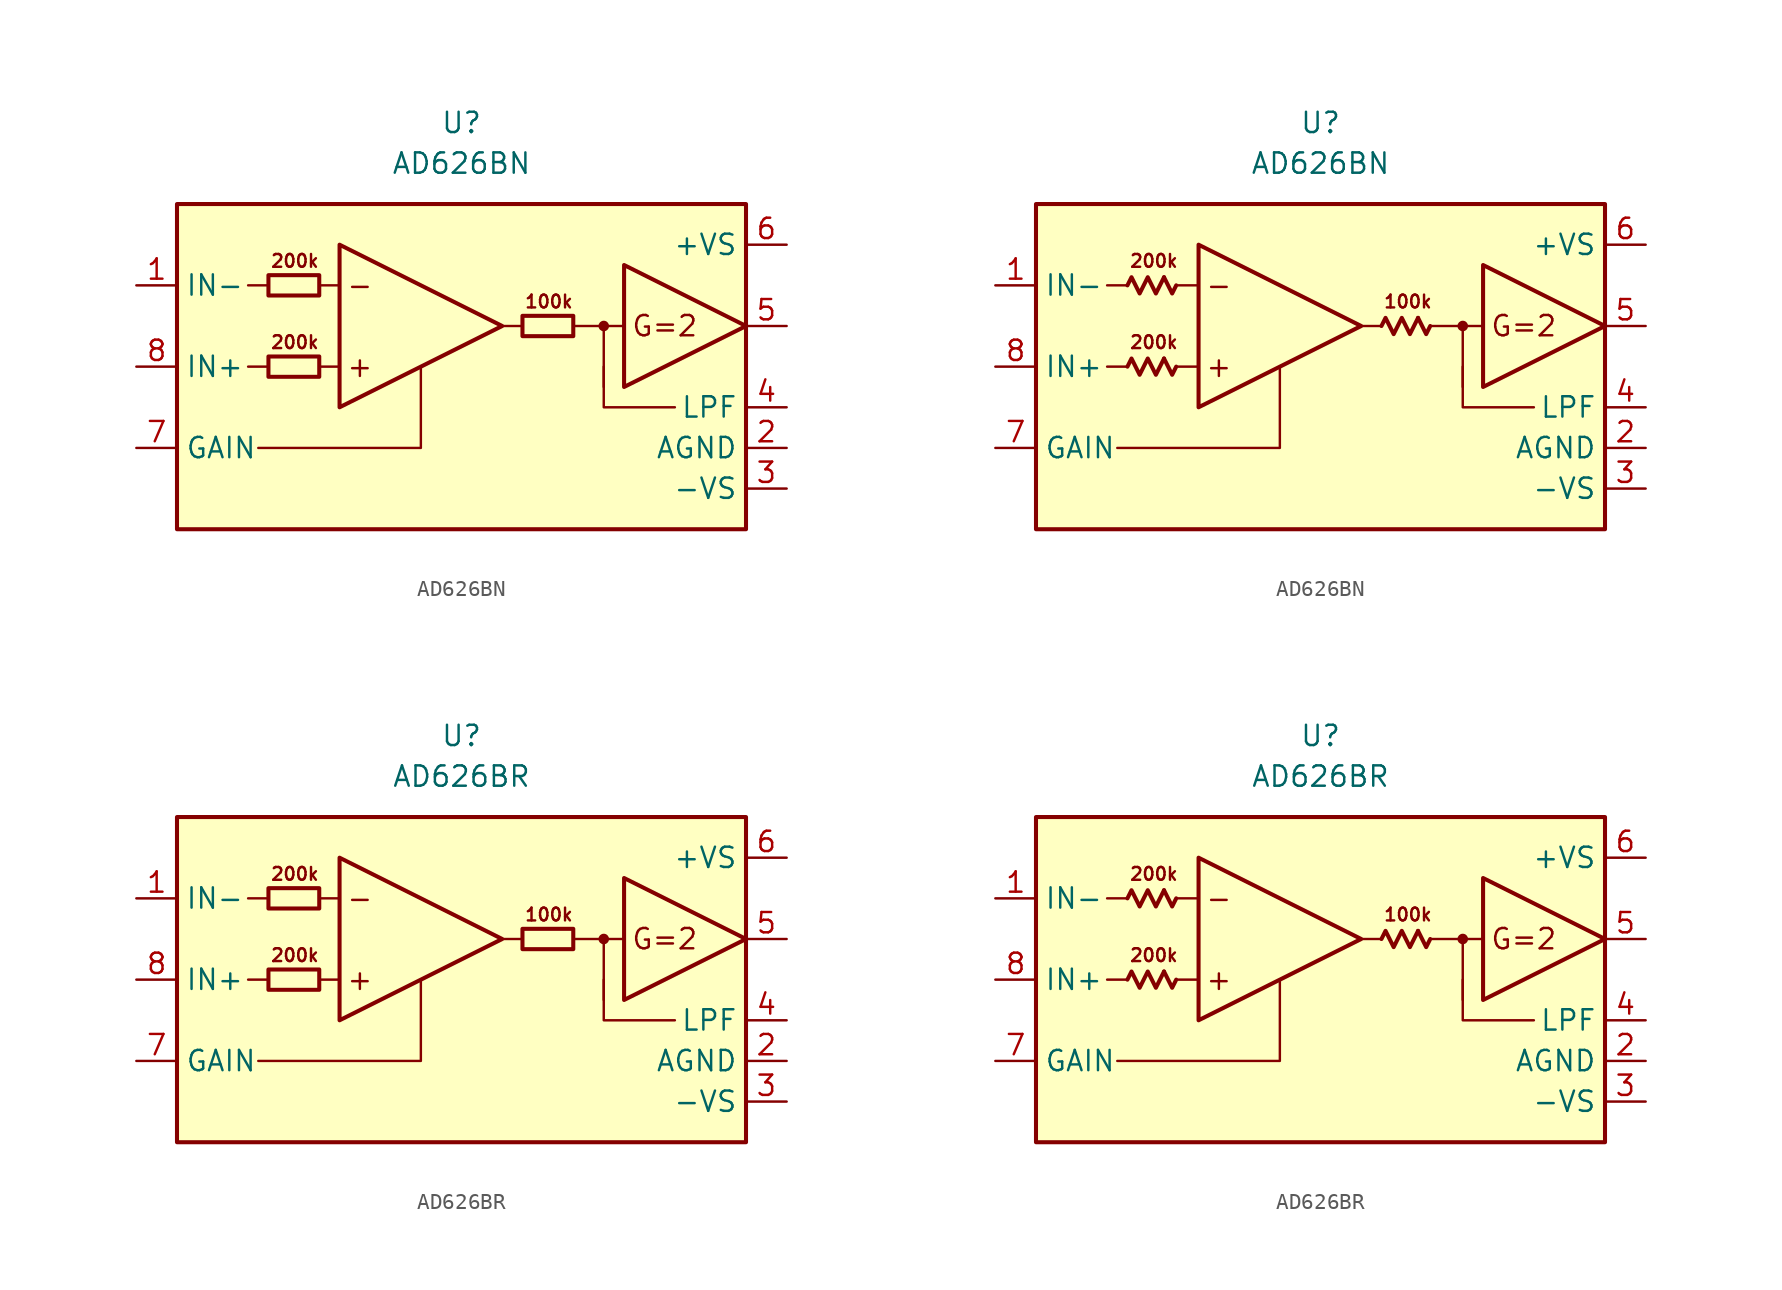
<source format=kicad_sym>
(kicad_symbol_lib
  (version 20231120)
  (generator "kicad_symbol_editor")
  (generator_version "8.0")
  (symbol "AD626BN"
    (property "Reference" "U"
      (at 0 15.24 0)
      (effects (font (size 1.27 1.27))))
    (property "Value" "AD626BN"
      (at 0 12.7 0)
      (effects (font (size 1.27 1.27))))
    (symbol "AD626BN_0_0"
      (rectangle (start -17.78 10.16) (end 17.78 -10.16) (stroke (width 0.254) (type default)) (fill (type background)))
      (polyline (pts (xy -12.065 0) (xy -13.335 0)) (stroke (width 0.152) (type default)) (fill (type none)))
      (polyline (pts (xy -12.065 5.08) (xy -13.335 5.08)) (stroke (width 0.152) (type default)) (fill (type none)))
      (polyline (pts (xy -7.62 0) (xy -8.89 0)) (stroke (width 0.152) (type default)) (fill (type none)))
      (polyline (pts (xy -7.62 5.08) (xy -8.89 5.08)) (stroke (width 0.152) (type default)) (fill (type none)))
      (polyline (pts (xy 3.81 2.54) (xy 2.54 2.54)) (stroke (width 0.152) (type default)) (fill (type none)))
      (polyline (pts (xy 8.89 2.54) (xy 8.89 -1.27)) (stroke (width 0.152) (type default)) (fill (type none)))
      (polyline (pts (xy 10.16 2.54) (xy 6.985 2.54)) (stroke (width 0.152) (type default)) (fill (type none)))
      (polyline (pts (xy -2.54 0) (xy -2.54 -5.08) (xy -12.7 -5.08)) (stroke (width 0.152) (type default)) (fill (type none)))
      (polyline (pts (xy 8.89 0) (xy 8.89 -2.54) (xy 13.335 -2.54)) (stroke (width 0.152) (type default)) (fill (type none)))
      (polyline (pts (xy -7.62 7.62) (xy -7.62 -2.54) (xy 2.54 2.54) (xy -7.62 7.62)) (stroke (width 0.254) (type default)) (fill (type none)))
      (polyline (pts (xy 10.16 6.35) (xy 10.16 -1.27) (xy 17.78 2.54) (xy 10.16 6.35)) (stroke (width 0.254) (type default)) (fill (type none)))
      (circle (center 8.89 2.54) (radius 0.254) (stroke (width 0.152) (type default)) (fill (type outline)))
      (text "+" (at -6.35 0 0) (effects (font (size 1.27 1.27))))
      (text "-" (at -6.35 5.08 0) (effects (font (size 1.27 1.27))))
      (text "100k" (at 5.461 4.064 0) (effects (font (size 0.8 0.8))))
      (text "200k" (at -10.414 1.524 0) (effects (font (size 0.8 0.8))))
      (text "200k" (at -10.414 6.604 0) (effects (font (size 0.8 0.8))))
      (text "G=2" (at 12.7 2.54 0) (effects (font (size 1.27 1.27)))))
    (symbol "AD626BN_0_1"
      (rectangle (start -12.065 0.635) (end -8.89 -0.635) (stroke (width 0.254) (type default)) (fill (type none)))
      (rectangle (start -12.065 5.715) (end -8.89 4.445) (stroke (width 0.254) (type default)) (fill (type none)))
      (rectangle (start 3.81 3.175) (end 6.985 1.905) (stroke (width 0.254) (type default)) (fill (type none))))
    (symbol "AD626BN_0_2"
      (polyline (pts (xy -9.779 0.508) (xy -9.271 -0.508) (xy -9.017 0)) (stroke (width 0.254) (type default)) (fill (type none)))
      (polyline (pts (xy -9.779 5.588) (xy -9.271 4.572) (xy -9.017 5.08)) (stroke (width 0.254) (type default)) (fill (type none)))
      (polyline (pts (xy 6.096 3.048) (xy 6.604 2.032) (xy 6.858 2.54)) (stroke (width 0.254) (type default)) (fill (type none)))
      (polyline (pts (xy -12.065 0) (xy -11.811 0.508) (xy -11.303 -0.508) (xy -10.795 0.508) (xy -10.287 -0.508) (xy -9.779 0.508)) (stroke (width 0.254) (type default)) (fill (type none)))
      (polyline (pts (xy -12.065 5.08) (xy -11.811 5.588) (xy -11.303 4.572) (xy -10.795 5.588) (xy -10.287 4.572) (xy -9.779 5.588)) (stroke (width 0.254) (type default)) (fill (type none)))
      (polyline (pts (xy 3.81 2.54) (xy 4.064 3.048) (xy 4.572 2.032) (xy 5.08 3.048) (xy 5.588 2.032) (xy 6.096 3.048)) (stroke (width 0.254) (type default)) (fill (type none))))
    (symbol "AD626BN_1_1"
      (pin input line (at -20.32 5.08 0) (length 2.54) (name "IN-" (effects (font (size 1.27 1.27)))) (number "1" (effects (font (size 1.27 1.27)))))
      (pin power_in line (at 20.32 -5.08 180) (length 2.54) (name "AGND" (effects (font (size 1.27 1.27)))) (number "2" (effects (font (size 1.27 1.27)))))
      (pin power_in line (at 20.32 -7.62 180) (length 2.54) (name "-VS" (effects (font (size 1.27 1.27)))) (number "3" (effects (font (size 1.27 1.27)))))
      (pin passive line (at 20.32 -2.54 180) (length 2.54) (name "LPF" (effects (font (size 1.27 1.27)))) (number "4" (effects (font (size 1.27 1.27)))))
      (pin output line (at 20.32 2.54 180) (length 2.54) (name "~" (effects (font (size 1.27 1.27)))) (number "5" (effects (font (size 1.27 1.27)))))
      (pin power_in line (at 20.32 7.62 180) (length 2.54) (name "+VS" (effects (font (size 1.27 1.27)))) (number "6" (effects (font (size 1.27 1.27)))))
      (pin input line (at -20.32 -5.08 0) (length 2.54) (name "GAIN" (effects (font (size 1.27 1.27)))) (number "7" (effects (font (size 1.27 1.27)))))
      (pin input line (at -20.32 0 0) (length 2.54) (name "IN+" (effects (font (size 1.27 1.27)))) (number "8" (effects (font (size 1.27 1.27))))))
    (symbol "AD626BN_1_2"
      (pin input line (at -20.32 5.08 0) (length 2.54) (name "IN-" (effects (font (size 1.27 1.27)))) (number "1" (effects (font (size 1.27 1.27)))))
      (pin power_in line (at 20.32 -5.08 180) (length 2.54) (name "AGND" (effects (font (size 1.27 1.27)))) (number "2" (effects (font (size 1.27 1.27)))))
      (pin power_in line (at 20.32 -7.62 180) (length 2.54) (name "-VS" (effects (font (size 1.27 1.27)))) (number "3" (effects (font (size 1.27 1.27)))))
      (pin passive line (at 20.32 -2.54 180) (length 2.54) (name "LPF" (effects (font (size 1.27 1.27)))) (number "4" (effects (font (size 1.27 1.27)))))
      (pin output line (at 20.32 2.54 180) (length 2.54) (name "~" (effects (font (size 1.27 1.27)))) (number "5" (effects (font (size 1.27 1.27)))))
      (pin power_in line (at 20.32 7.62 180) (length 2.54) (name "+VS" (effects (font (size 1.27 1.27)))) (number "6" (effects (font (size 1.27 1.27)))))
      (pin input line (at -20.32 -5.08 0) (length 2.54) (name "GAIN" (effects (font (size 1.27 1.27)))) (number "7" (effects (font (size 1.27 1.27)))))
      (pin input line (at -20.32 0 0) (length 2.54) (name "IN+" (effects (font (size 1.27 1.27)))) (number "8" (effects (font (size 1.27 1.27)))))))
  (symbol "AD626BR"
    (property "Reference" "U"
      (at 0 15.24 0)
      (effects (font (size 1.27 1.27))))
    (property "Value" "AD626BR"
      (at 0 12.7 0)
      (effects (font (size 1.27 1.27))))
    (symbol "AD626BR_0_0"
      (rectangle (start -17.78 10.16) (end 17.78 -10.16) (stroke (width 0.254) (type default)) (fill (type background)))
      (polyline (pts (xy -12.065 0) (xy -13.335 0)) (stroke (width 0.152) (type default)) (fill (type none)))
      (polyline (pts (xy -12.065 5.08) (xy -13.335 5.08)) (stroke (width 0.152) (type default)) (fill (type none)))
      (polyline (pts (xy -7.62 0) (xy -8.89 0)) (stroke (width 0.152) (type default)) (fill (type none)))
      (polyline (pts (xy -7.62 5.08) (xy -8.89 5.08)) (stroke (width 0.152) (type default)) (fill (type none)))
      (polyline (pts (xy 3.81 2.54) (xy 2.54 2.54)) (stroke (width 0.152) (type default)) (fill (type none)))
      (polyline (pts (xy 8.89 2.54) (xy 8.89 -1.27)) (stroke (width 0.152) (type default)) (fill (type none)))
      (polyline (pts (xy 10.16 2.54) (xy 6.985 2.54)) (stroke (width 0.152) (type default)) (fill (type none)))
      (polyline (pts (xy -2.54 0) (xy -2.54 -5.08) (xy -12.7 -5.08)) (stroke (width 0.152) (type default)) (fill (type none)))
      (polyline (pts (xy 8.89 0) (xy 8.89 -2.54) (xy 13.335 -2.54)) (stroke (width 0.152) (type default)) (fill (type none)))
      (polyline (pts (xy -7.62 7.62) (xy -7.62 -2.54) (xy 2.54 2.54) (xy -7.62 7.62)) (stroke (width 0.254) (type default)) (fill (type none)))
      (polyline (pts (xy 10.16 6.35) (xy 10.16 -1.27) (xy 17.78 2.54) (xy 10.16 6.35)) (stroke (width 0.254) (type default)) (fill (type none)))
      (circle (center 8.89 2.54) (radius 0.254) (stroke (width 0.152) (type default)) (fill (type outline)))
      (text "+" (at -6.35 0 0) (effects (font (size 1.27 1.27))))
      (text "-" (at -6.35 5.08 0) (effects (font (size 1.27 1.27))))
      (text "100k" (at 5.461 4.064 0) (effects (font (size 0.8 0.8))))
      (text "200k" (at -10.414 1.524 0) (effects (font (size 0.8 0.8))))
      (text "200k" (at -10.414 6.604 0) (effects (font (size 0.8 0.8))))
      (text "G=2" (at 12.7 2.54 0) (effects (font (size 1.27 1.27)))))
    (symbol "AD626BR_0_1"
      (rectangle (start -12.065 0.635) (end -8.89 -0.635) (stroke (width 0.254) (type default)) (fill (type none)))
      (rectangle (start -12.065 5.715) (end -8.89 4.445) (stroke (width 0.254) (type default)) (fill (type none)))
      (rectangle (start 3.81 3.175) (end 6.985 1.905) (stroke (width 0.254) (type default)) (fill (type none))))
    (symbol "AD626BR_0_2"
      (polyline (pts (xy -9.779 0.508) (xy -9.271 -0.508) (xy -9.017 0)) (stroke (width 0.254) (type default)) (fill (type none)))
      (polyline (pts (xy -9.779 5.588) (xy -9.271 4.572) (xy -9.017 5.08)) (stroke (width 0.254) (type default)) (fill (type none)))
      (polyline (pts (xy 6.096 3.048) (xy 6.604 2.032) (xy 6.858 2.54)) (stroke (width 0.254) (type default)) (fill (type none)))
      (polyline (pts (xy -12.065 0) (xy -11.811 0.508) (xy -11.303 -0.508) (xy -10.795 0.508) (xy -10.287 -0.508) (xy -9.779 0.508)) (stroke (width 0.254) (type default)) (fill (type none)))
      (polyline (pts (xy -12.065 5.08) (xy -11.811 5.588) (xy -11.303 4.572) (xy -10.795 5.588) (xy -10.287 4.572) (xy -9.779 5.588)) (stroke (width 0.254) (type default)) (fill (type none)))
      (polyline (pts (xy 3.81 2.54) (xy 4.064 3.048) (xy 4.572 2.032) (xy 5.08 3.048) (xy 5.588 2.032) (xy 6.096 3.048)) (stroke (width 0.254) (type default)) (fill (type none))))
    (symbol "AD626BR_1_1"
      (pin input line (at -20.32 5.08 0) (length 2.54) (name "IN-" (effects (font (size 1.27 1.27)))) (number "1" (effects (font (size 1.27 1.27)))))
      (pin power_in line (at 20.32 -5.08 180) (length 2.54) (name "AGND" (effects (font (size 1.27 1.27)))) (number "2" (effects (font (size 1.27 1.27)))))
      (pin power_in line (at 20.32 -7.62 180) (length 2.54) (name "-VS" (effects (font (size 1.27 1.27)))) (number "3" (effects (font (size 1.27 1.27)))))
      (pin passive line (at 20.32 -2.54 180) (length 2.54) (name "LPF" (effects (font (size 1.27 1.27)))) (number "4" (effects (font (size 1.27 1.27)))))
      (pin output line (at 20.32 2.54 180) (length 2.54) (name "~" (effects (font (size 1.27 1.27)))) (number "5" (effects (font (size 1.27 1.27)))))
      (pin power_in line (at 20.32 7.62 180) (length 2.54) (name "+VS" (effects (font (size 1.27 1.27)))) (number "6" (effects (font (size 1.27 1.27)))))
      (pin input line (at -20.32 -5.08 0) (length 2.54) (name "GAIN" (effects (font (size 1.27 1.27)))) (number "7" (effects (font (size 1.27 1.27)))))
      (pin input line (at -20.32 0 0) (length 2.54) (name "IN+" (effects (font (size 1.27 1.27)))) (number "8" (effects (font (size 1.27 1.27))))))
    (symbol "AD626BR_1_2"
      (pin input line (at -20.32 5.08 0) (length 2.54) (name "IN-" (effects (font (size 1.27 1.27)))) (number "1" (effects (font (size 1.27 1.27)))))
      (pin power_in line (at 20.32 -5.08 180) (length 2.54) (name "AGND" (effects (font (size 1.27 1.27)))) (number "2" (effects (font (size 1.27 1.27)))))
      (pin power_in line (at 20.32 -7.62 180) (length 2.54) (name "-VS" (effects (font (size 1.27 1.27)))) (number "3" (effects (font (size 1.27 1.27)))))
      (pin passive line (at 20.32 -2.54 180) (length 2.54) (name "LPF" (effects (font (size 1.27 1.27)))) (number "4" (effects (font (size 1.27 1.27)))))
      (pin output line (at 20.32 2.54 180) (length 2.54) (name "~" (effects (font (size 1.27 1.27)))) (number "5" (effects (font (size 1.27 1.27)))))
      (pin power_in line (at 20.32 7.62 180) (length 2.54) (name "+VS" (effects (font (size 1.27 1.27)))) (number "6" (effects (font (size 1.27 1.27)))))
      (pin input line (at -20.32 -5.08 0) (length 2.54) (name "GAIN" (effects (font (size 1.27 1.27)))) (number "7" (effects (font (size 1.27 1.27)))))
      (pin input line (at -20.32 0 0) (length 2.54) (name "IN+" (effects (font (size 1.27 1.27)))) (number "8" (effects (font (size 1.27 1.27))))))))
</source>
